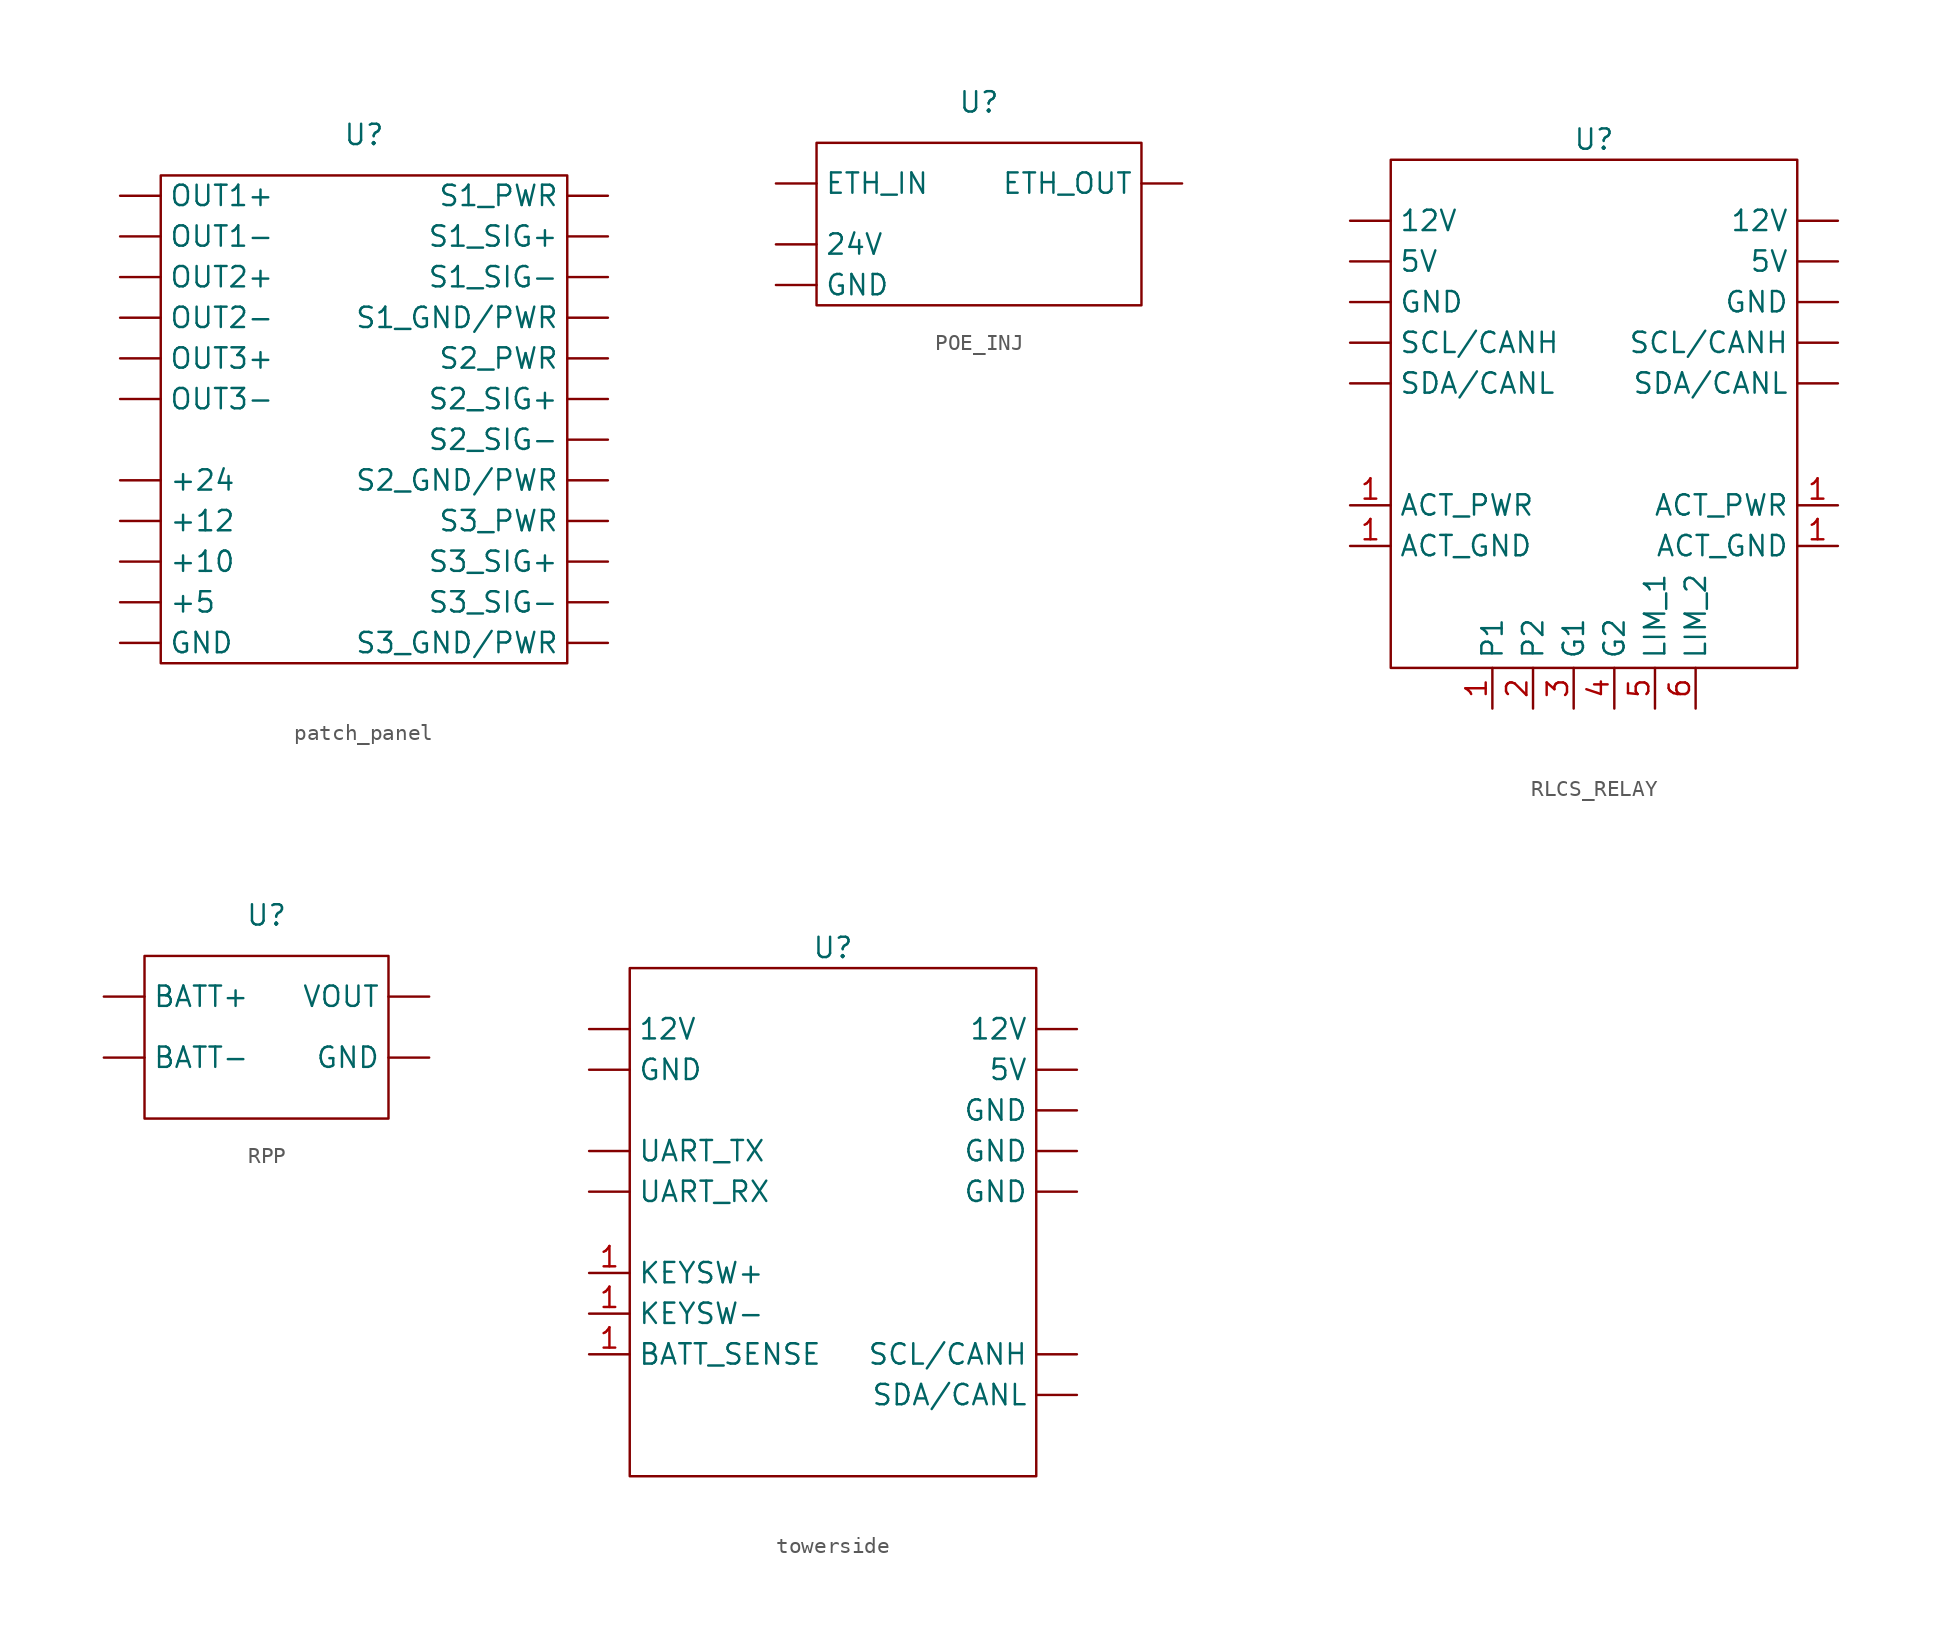
<source format=kicad_sym>
(kicad_symbol_lib
  (version 20231120)
  (generator "kicad_symbol_editor")
  (generator_version "8.0")
  (symbol "patch_panel"
    (property "Reference" "U"
      (at 0 0 0)
      (effects (font (size 1.27 1.27))))
    (property "Value" ""
      (at 0 0 0)
      (effects (font (size 1.27 1.27))))
    (symbol "patch_panel_0_1"
      (rectangle (start -12.7 -2.54) (end 12.7 -33.02) (stroke (width 0) (type default)) (fill (type none))))
    (symbol "patch_panel_1_1"
      (pin power_out line (at -15.24 -26.67 0) (length 2.54) (name "+10" (effects (font (size 1.27 1.27)))) (number "" (effects (font (size 1.27 1.27)))))
      (pin power_out line (at -15.24 -24.13 0) (length 2.54) (name "+12" (effects (font (size 1.27 1.27)))) (number "" (effects (font (size 1.27 1.27)))))
      (pin power_out line (at -15.24 -21.59 0) (length 2.54) (name "+24" (effects (font (size 1.27 1.27)))) (number "" (effects (font (size 1.27 1.27)))))
      (pin power_out line (at -15.24 -29.21 0) (length 2.54) (name "+5" (effects (font (size 1.27 1.27)))) (number "" (effects (font (size 1.27 1.27)))))
      (pin power_out line (at -15.24 -31.75 0) (length 2.54) (name "GND" (effects (font (size 1.27 1.27)))) (number "" (effects (font (size 1.27 1.27)))))
      (pin power_out line (at -15.24 -3.81 0) (length 2.54) (name "OUT1+" (effects (font (size 1.27 1.27)))) (number "" (effects (font (size 1.27 1.27)))))
      (pin power_out line (at -15.24 -6.35 0) (length 2.54) (name "OUT1-" (effects (font (size 1.27 1.27)))) (number "" (effects (font (size 1.27 1.27)))))
      (pin power_out line (at -15.24 -8.89 0) (length 2.54) (name "OUT2+" (effects (font (size 1.27 1.27)))) (number "" (effects (font (size 1.27 1.27)))))
      (pin power_out line (at -15.24 -11.43 0) (length 2.54) (name "OUT2-" (effects (font (size 1.27 1.27)))) (number "" (effects (font (size 1.27 1.27)))))
      (pin power_out line (at -15.24 -13.97 0) (length 2.54) (name "OUT3+" (effects (font (size 1.27 1.27)))) (number "" (effects (font (size 1.27 1.27)))))
      (pin power_out line (at -15.24 -16.51 0) (length 2.54) (name "OUT3-" (effects (font (size 1.27 1.27)))) (number "" (effects (font (size 1.27 1.27)))))
      (pin power_out line (at 15.24 -11.43 180) (length 2.54) (name "S1_GND/PWR" (effects (font (size 1.27 1.27)))) (number "" (effects (font (size 1.27 1.27)))))
      (pin power_out line (at 15.24 -3.81 180) (length 2.54) (name "S1_PWR" (effects (font (size 1.27 1.27)))) (number "" (effects (font (size 1.27 1.27)))))
      (pin power_out line (at 15.24 -6.35 180) (length 2.54) (name "S1_SIG+" (effects (font (size 1.27 1.27)))) (number "" (effects (font (size 1.27 1.27)))))
      (pin power_out line (at 15.24 -8.89 180) (length 2.54) (name "S1_SIG-" (effects (font (size 1.27 1.27)))) (number "" (effects (font (size 1.27 1.27)))))
      (pin power_out line (at 15.24 -21.59 180) (length 2.54) (name "S2_GND/PWR" (effects (font (size 1.27 1.27)))) (number "" (effects (font (size 1.27 1.27)))))
      (pin power_out line (at 15.24 -13.97 180) (length 2.54) (name "S2_PWR" (effects (font (size 1.27 1.27)))) (number "" (effects (font (size 1.27 1.27)))))
      (pin power_out line (at 15.24 -16.51 180) (length 2.54) (name "S2_SIG+" (effects (font (size 1.27 1.27)))) (number "" (effects (font (size 1.27 1.27)))))
      (pin power_out line (at 15.24 -19.05 180) (length 2.54) (name "S2_SIG-" (effects (font (size 1.27 1.27)))) (number "" (effects (font (size 1.27 1.27)))))
      (pin power_out line (at 15.24 -31.75 180) (length 2.54) (name "S3_GND/PWR" (effects (font (size 1.27 1.27)))) (number "" (effects (font (size 1.27 1.27)))))
      (pin power_out line (at 15.24 -24.13 180) (length 2.54) (name "S3_PWR" (effects (font (size 1.27 1.27)))) (number "" (effects (font (size 1.27 1.27)))))
      (pin power_out line (at 15.24 -26.67 180) (length 2.54) (name "S3_SIG+" (effects (font (size 1.27 1.27)))) (number "" (effects (font (size 1.27 1.27)))))
      (pin power_out line (at 15.24 -29.21 180) (length 2.54) (name "S3_SIG-" (effects (font (size 1.27 1.27)))) (number "" (effects (font (size 1.27 1.27)))))))
  (symbol "POE_INJ"
    (property "Reference" "U"
      (at 0 0 0)
      (effects (font (size 1.27 1.27))))
    (property "Value" ""
      (at 0 0 0)
      (effects (font (size 1.27 1.27))))
    (symbol "POE_INJ_0_1"
      (rectangle (start -10.16 -2.54) (end 10.16 -12.7) (stroke (width 0) (type default)) (fill (type none))))
    (symbol "POE_INJ_1_1"
      (pin power_out line (at -12.7 -8.89 0) (length 2.54) (name "24V" (effects (font (size 1.27 1.27)))) (number "" (effects (font (size 1.27 1.27)))))
      (pin power_out line (at -12.7 -5.08 0) (length 2.54) (name "ETH_IN" (effects (font (size 1.27 1.27)))) (number "" (effects (font (size 1.27 1.27)))))
      (pin power_out line (at 12.7 -5.08 180) (length 2.54) (name "ETH_OUT" (effects (font (size 1.27 1.27)))) (number "" (effects (font (size 1.27 1.27)))))
      (pin power_out line (at -12.7 -11.43 0) (length 2.54) (name "GND" (effects (font (size 1.27 1.27)))) (number "" (effects (font (size 1.27 1.27)))))))
  (symbol "RLCS_RELAY"
    (property "Reference" "U"
      (at 0 0 0)
      (effects (font (size 1.27 1.27))))
    (property "Value" ""
      (at 0 0 0)
      (effects (font (size 1.27 1.27))))
    (symbol "RLCS_RELAY_0_1"
      (rectangle (start -12.7 -1.27) (end 12.7 -33.02) (stroke (width 0) (type default)) (fill (type none))))
    (symbol "RLCS_RELAY_1_1"
      (pin power_out line (at -15.24 -5.08 0) (length 2.54) (name "12V" (effects (font (size 1.27 1.27)))) (number "" (effects (font (size 1.27 1.27)))))
      (pin power_out line (at 15.24 -5.08 180) (length 2.54) (name "12V" (effects (font (size 1.27 1.27)))) (number "" (effects (font (size 1.27 1.27)))))
      (pin power_out line (at -15.24 -7.62 0) (length 2.54) (name "5V" (effects (font (size 1.27 1.27)))) (number "" (effects (font (size 1.27 1.27)))))
      (pin power_out line (at 15.24 -7.62 180) (length 2.54) (name "5V" (effects (font (size 1.27 1.27)))) (number "" (effects (font (size 1.27 1.27)))))
      (pin power_out line (at -15.24 -10.16 0) (length 2.54) (name "GND" (effects (font (size 1.27 1.27)))) (number "" (effects (font (size 1.27 1.27)))))
      (pin power_out line (at 15.24 -10.16 180) (length 2.54) (name "GND" (effects (font (size 1.27 1.27)))) (number "" (effects (font (size 1.27 1.27)))))
      (pin power_out line (at -15.24 -12.7 0) (length 2.54) (name "SCL/CANH" (effects (font (size 1.27 1.27)))) (number "" (effects (font (size 1.27 1.27)))))
      (pin power_out line (at 15.24 -12.7 180) (length 2.54) (name "SCL/CANH" (effects (font (size 1.27 1.27)))) (number "" (effects (font (size 1.27 1.27)))))
      (pin power_out line (at -15.24 -15.24 0) (length 2.54) (name "SDA/CANL" (effects (font (size 1.27 1.27)))) (number "" (effects (font (size 1.27 1.27)))))
      (pin power_out line (at 15.24 -15.24 180) (length 2.54) (name "SDA/CANL" (effects (font (size 1.27 1.27)))) (number "" (effects (font (size 1.27 1.27)))))
      (pin power_out line (at -15.24 -25.4 0) (length 2.54) (name "ACT_GND" (effects (font (size 1.27 1.27)))) (number "1" (effects (font (size 1.27 1.27)))))
      (pin power_out line (at 15.24 -25.4 180) (length 2.54) (name "ACT_GND" (effects (font (size 1.27 1.27)))) (number "1" (effects (font (size 1.27 1.27)))))
      (pin power_out line (at -15.24 -22.86 0) (length 2.54) (name "ACT_PWR" (effects (font (size 1.27 1.27)))) (number "1" (effects (font (size 1.27 1.27)))))
      (pin power_out line (at 15.24 -22.86 180) (length 2.54) (name "ACT_PWR" (effects (font (size 1.27 1.27)))) (number "1" (effects (font (size 1.27 1.27)))))
      (pin power_out line (at -6.35 -35.56 90) (length 2.54) (name "P1" (effects (font (size 1.27 1.27)))) (number "1" (effects (font (size 1.27 1.27)))))
      (pin power_out line (at -3.81 -35.56 90) (length 2.54) (name "P2" (effects (font (size 1.27 1.27)))) (number "2" (effects (font (size 1.27 1.27)))))
      (pin power_out line (at -1.27 -35.56 90) (length 2.54) (name "G1" (effects (font (size 1.27 1.27)))) (number "3" (effects (font (size 1.27 1.27)))))
      (pin power_out line (at 1.27 -35.56 90) (length 2.54) (name "G2" (effects (font (size 1.27 1.27)))) (number "4" (effects (font (size 1.27 1.27)))))
      (pin power_out line (at 3.81 -35.56 90) (length 2.54) (name "LIM_1" (effects (font (size 1.27 1.27)))) (number "5" (effects (font (size 1.27 1.27)))))
      (pin power_out line (at 6.35 -35.56 90) (length 2.54) (name "LIM_2" (effects (font (size 1.27 1.27)))) (number "6" (effects (font (size 1.27 1.27)))))))
  (symbol "RPP"
    (property "Reference" "U"
      (at 0 0 0)
      (effects (font (size 1.27 1.27))))
    (property "Value" ""
      (at 0 0 0)
      (effects (font (size 1.27 1.27))))
    (symbol "RPP_0_1"
      (rectangle (start -7.62 -2.54) (end 7.62 -12.7) (stroke (width 0) (type default)) (fill (type none))))
    (symbol "RPP_1_1"
      (pin power_out line (at -10.16 -5.08 0) (length 2.54) (name "BATT+" (effects (font (size 1.27 1.27)))) (number "" (effects (font (size 1.27 1.27)))))
      (pin power_out line (at -10.16 -8.89 0) (length 2.54) (name "BATT-" (effects (font (size 1.27 1.27)))) (number "" (effects (font (size 1.27 1.27)))))
      (pin power_out line (at 10.16 -8.89 180) (length 2.54) (name "GND" (effects (font (size 1.27 1.27)))) (number "" (effects (font (size 1.27 1.27)))))
      (pin power_out line (at 10.16 -5.08 180) (length 2.54) (name "VOUT" (effects (font (size 1.27 1.27)))) (number "" (effects (font (size 1.27 1.27)))))))
  (symbol "towerside"
    (property "Reference" "U"
      (at 0 0 0)
      (effects (font (size 1.27 1.27))))
    (property "Value" ""
      (at 0 0 0)
      (effects (font (size 1.27 1.27))))
    (symbol "towerside_0_1"
      (rectangle (start -12.7 -1.27) (end 12.7 -33.02) (stroke (width 0) (type default)) (fill (type none))))
    (symbol "towerside_1_1"
      (pin power_out line (at -15.24 -5.08 0) (length 2.54) (name "12V" (effects (font (size 1.27 1.27)))) (number "" (effects (font (size 1.27 1.27)))))
      (pin power_out line (at 15.24 -5.08 180) (length 2.54) (name "12V" (effects (font (size 1.27 1.27)))) (number "" (effects (font (size 1.27 1.27)))))
      (pin power_out line (at 15.24 -7.62 180) (length 2.54) (name "5V" (effects (font (size 1.27 1.27)))) (number "" (effects (font (size 1.27 1.27)))))
      (pin power_out line (at -15.24 -7.62 0) (length 2.54) (name "GND" (effects (font (size 1.27 1.27)))) (number "" (effects (font (size 1.27 1.27)))))
      (pin power_out line (at 15.24 -15.24 180) (length 2.54) (name "GND" (effects (font (size 1.27 1.27)))) (number "" (effects (font (size 1.27 1.27)))))
      (pin power_out line (at 15.24 -12.7 180) (length 2.54) (name "GND" (effects (font (size 1.27 1.27)))) (number "" (effects (font (size 1.27 1.27)))))
      (pin power_out line (at 15.24 -10.16 180) (length 2.54) (name "GND" (effects (font (size 1.27 1.27)))) (number "" (effects (font (size 1.27 1.27)))))
      (pin power_out line (at 15.24 -25.4 180) (length 2.54) (name "SCL/CANH" (effects (font (size 1.27 1.27)))) (number "" (effects (font (size 1.27 1.27)))))
      (pin power_out line (at 15.24 -27.94 180) (length 2.54) (name "SDA/CANL" (effects (font (size 1.27 1.27)))) (number "" (effects (font (size 1.27 1.27)))))
      (pin power_out line (at -15.24 -15.24 0) (length 2.54) (name "UART_RX" (effects (font (size 1.27 1.27)))) (number "" (effects (font (size 1.27 1.27)))))
      (pin power_out line (at -15.24 -12.7 0) (length 2.54) (name "UART_TX" (effects (font (size 1.27 1.27)))) (number "" (effects (font (size 1.27 1.27)))))
      (pin power_out line (at -15.24 -25.4 0) (length 2.54) (name "BATT_SENSE" (effects (font (size 1.27 1.27)))) (number "1" (effects (font (size 1.27 1.27)))))
      (pin power_out line (at -15.24 -20.32 0) (length 2.54) (name "KEYSW+" (effects (font (size 1.27 1.27)))) (number "1" (effects (font (size 1.27 1.27)))))
      (pin power_out line (at -15.24 -22.86 0) (length 2.54) (name "KEYSW-" (effects (font (size 1.27 1.27)))) (number "1" (effects (font (size 1.27 1.27))))))))
</source>
